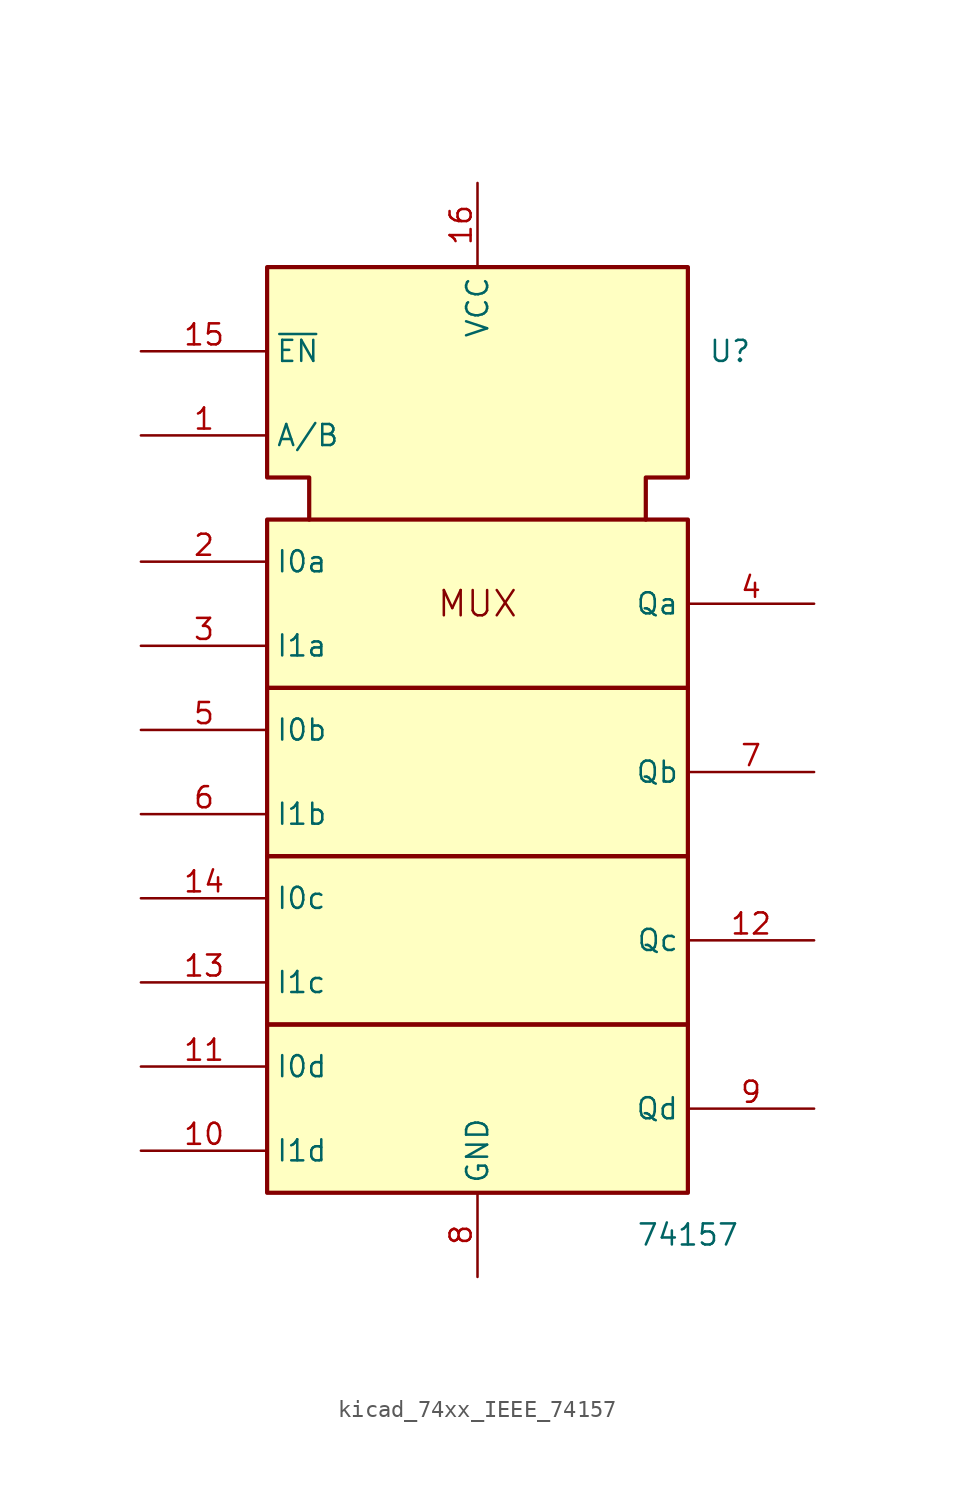
<source format=kicad_sym>
(kicad_symbol_lib
  (version 20220914)
  (generator kicad_symbol_editor)
  (symbol "kicad_74xx_IEEE_74157"
    (property "Reference" "U"
      (at 15.24 20.32 0)
      (effects (font (size 1.27 1.27))))
    (property "Value" "74157"
      (at 12.7 -33.02 0)
      (effects (font (size 1.27 1.27))))
    (symbol "kicad_74xx_IEEE_74157_0_0"
      (rectangle (start -12.7 -20.32) (end 12.7 -30.48) (stroke (width 0.254) (type default)) (fill (type background)))
      (rectangle (start -12.7 -10.16) (end 12.7 -20.32) (stroke (width 0.254) (type default)) (fill (type background)))
      (rectangle (start -12.7 0) (end 12.7 -10.16) (stroke (width 0.254) (type default)) (fill (type background)))
      (rectangle (start -12.7 10.16) (end 12.7 0) (stroke (width 0.254) (type default)) (fill (type background)))
      (polyline (pts (xy -10.16 10.16) (xy -10.16 12.7) (xy -12.7 12.7) (xy -12.7 25.4) (xy 12.7 25.4) (xy 12.7 12.7) (xy 10.16 12.7) (xy 10.16 10.16) (xy 10.16 10.16)) (stroke (width 0.254) (type default)) (fill (type background)))
      (text "MUX" (at 0 5.08 0) (effects (font (size 1.524 1.524))))
      (pin power_in line (at 0 30.48 270) (length 5.08) (name "VCC" (effects (font (size 1.27 1.27)))) (number "16" (effects (font (size 1.27 1.27)))))
      (pin power_in line (at 0 -35.56 90) (length 5.08) (name "GND" (effects (font (size 1.27 1.27)))) (number "8" (effects (font (size 1.27 1.27))))))
    (symbol "kicad_74xx_IEEE_74157_1_1"
      (pin input line (at -20.32 15.24 0) (length 7.62) (name "A/B" (effects (font (size 1.27 1.27)))) (number "1" (effects (font (size 1.27 1.27)))))
      (pin input line (at -20.32 -27.94 0) (length 7.62) (name "I1d" (effects (font (size 1.27 1.27)))) (number "10" (effects (font (size 1.27 1.27)))))
      (pin input line (at -20.32 -22.86 0) (length 7.62) (name "I0d" (effects (font (size 1.27 1.27)))) (number "11" (effects (font (size 1.27 1.27)))))
      (pin output line (at 20.32 -15.24 180) (length 7.62) (name "Qc" (effects (font (size 1.27 1.27)))) (number "12" (effects (font (size 1.27 1.27)))))
      (pin input line (at -20.32 -17.78 0) (length 7.62) (name "I1c" (effects (font (size 1.27 1.27)))) (number "13" (effects (font (size 1.27 1.27)))))
      (pin input line (at -20.32 -12.7 0) (length 7.62) (name "I0c" (effects (font (size 1.27 1.27)))) (number "14" (effects (font (size 1.27 1.27)))))
      (pin input line (at -20.32 20.32 0) (length 7.62) (name "~{EN}" (effects (font (size 1.27 1.27)))) (number "15" (effects (font (size 1.27 1.27)))))
      (pin input line (at -20.32 7.62 0) (length 7.62) (name "I0a" (effects (font (size 1.27 1.27)))) (number "2" (effects (font (size 1.27 1.27)))))
      (pin input line (at -20.32 2.54 0) (length 7.62) (name "I1a" (effects (font (size 1.27 1.27)))) (number "3" (effects (font (size 1.27 1.27)))))
      (pin output line (at 20.32 5.08 180) (length 7.62) (name "Qa" (effects (font (size 1.27 1.27)))) (number "4" (effects (font (size 1.27 1.27)))))
      (pin input line (at -20.32 -2.54 0) (length 7.62) (name "I0b" (effects (font (size 1.27 1.27)))) (number "5" (effects (font (size 1.27 1.27)))))
      (pin input line (at -20.32 -7.62 0) (length 7.62) (name "I1b" (effects (font (size 1.27 1.27)))) (number "6" (effects (font (size 1.27 1.27)))))
      (pin output line (at 20.32 -5.08 180) (length 7.62) (name "Qb" (effects (font (size 1.27 1.27)))) (number "7" (effects (font (size 1.27 1.27)))))
      (pin output line (at 20.32 -25.4 180) (length 7.62) (name "Qd" (effects (font (size 1.27 1.27)))) (number "9" (effects (font (size 1.27 1.27))))))))
</source>
